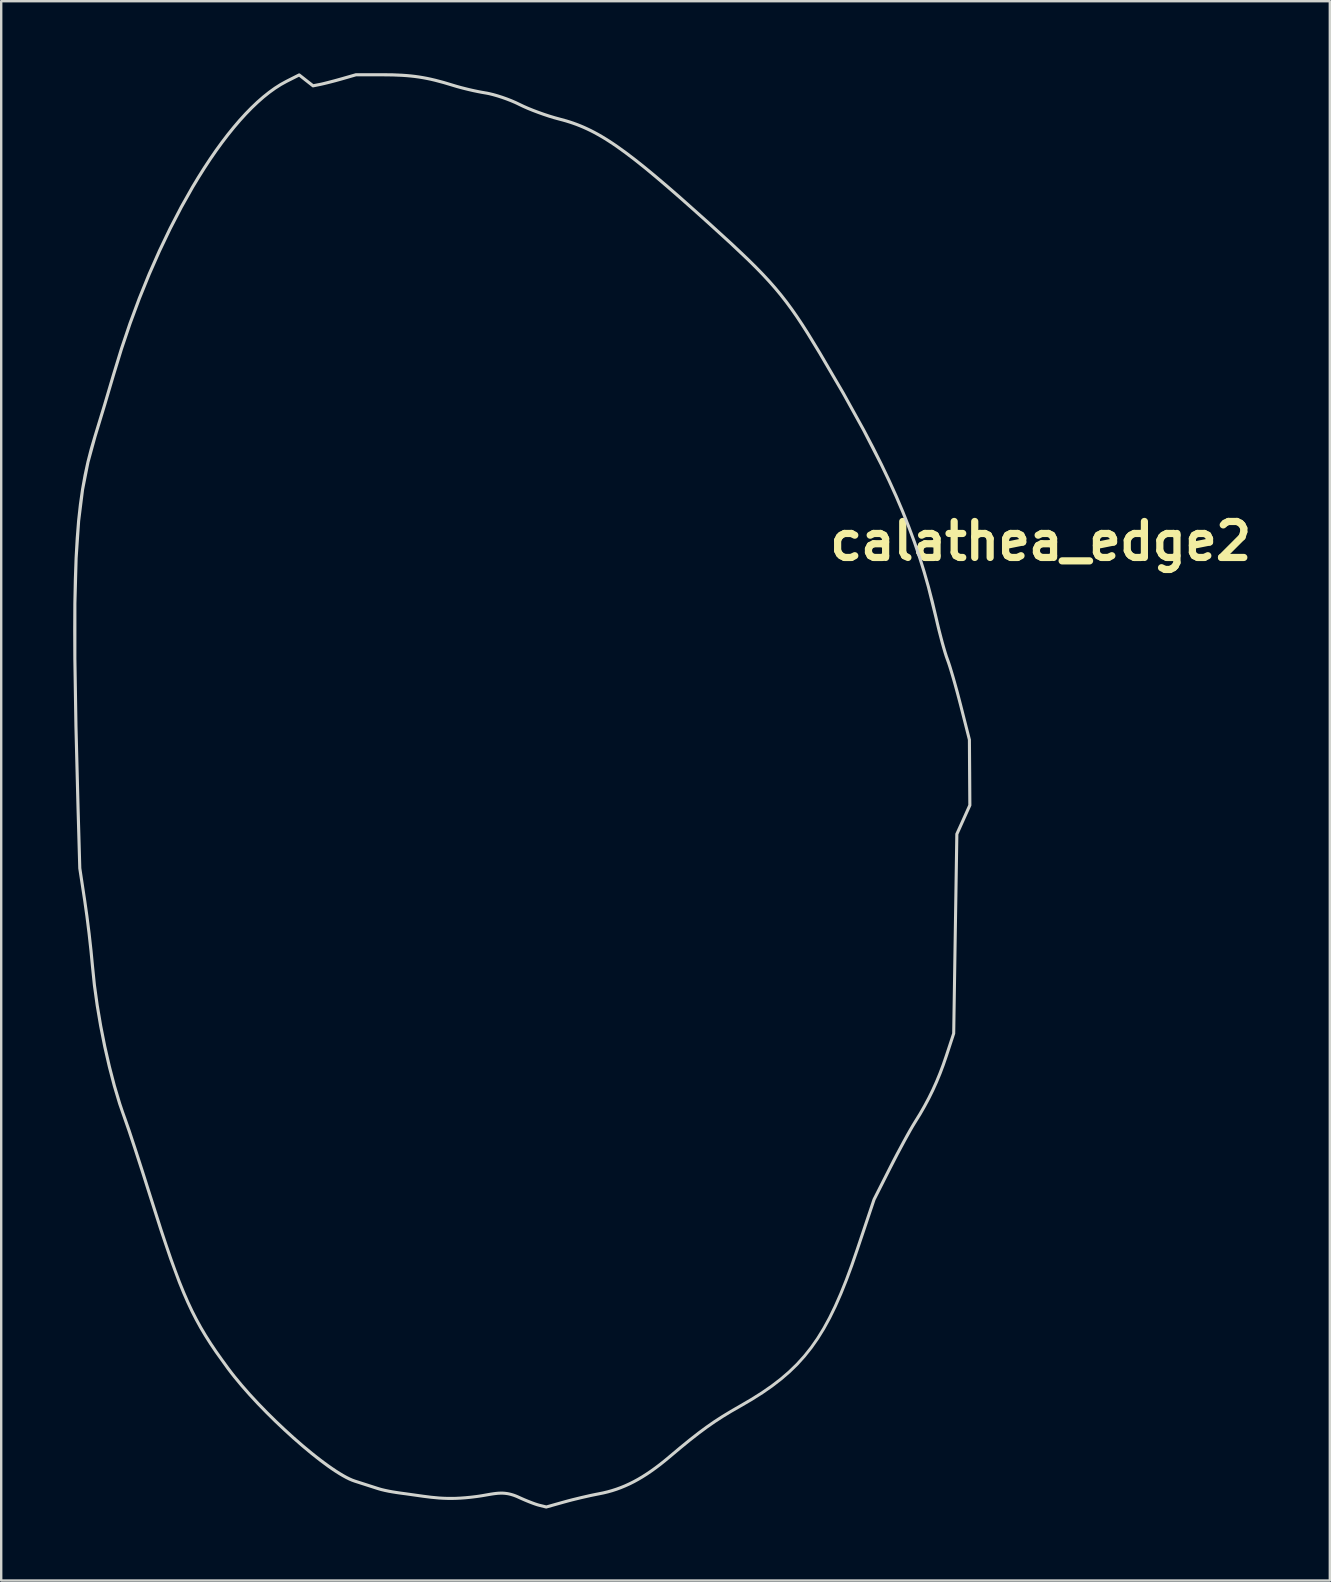
<source format=kicad_pcb>
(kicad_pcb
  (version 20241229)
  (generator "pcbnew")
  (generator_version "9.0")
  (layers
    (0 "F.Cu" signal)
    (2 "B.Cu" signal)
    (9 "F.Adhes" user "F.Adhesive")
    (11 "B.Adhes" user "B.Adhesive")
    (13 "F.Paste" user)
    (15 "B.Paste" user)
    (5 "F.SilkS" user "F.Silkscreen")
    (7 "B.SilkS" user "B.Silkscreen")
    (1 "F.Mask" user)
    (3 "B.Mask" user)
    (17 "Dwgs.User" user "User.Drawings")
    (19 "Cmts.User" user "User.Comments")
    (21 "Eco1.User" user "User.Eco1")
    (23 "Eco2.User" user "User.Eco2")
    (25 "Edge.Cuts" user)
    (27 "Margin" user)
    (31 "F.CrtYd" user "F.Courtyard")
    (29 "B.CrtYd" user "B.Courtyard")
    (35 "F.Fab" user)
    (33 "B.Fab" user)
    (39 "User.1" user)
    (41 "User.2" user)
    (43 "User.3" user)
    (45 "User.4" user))
  (footprint "calathea_edge2"
    (layer "F.Cu")
    (at 18.325 32.005)
    (property "Reference" "calathea_edge2" (at 22 -12.5 0) (layer "F.SilkS") (effects (font (size 1.5 1.5) (thickness 0.3))))
    (attr board_only exclude_from_pos_files exclude_from_bom)
    (fp_poly (pts (xy -5 -32) (xy -4.613 -31.983) (xy -4.43 -31.97) (xy -4.252 -31.954) (xy -4.078 -31.934) (xy -3.906 -31.91) (xy -3.736 -31.882) (xy -3.566 -31.85) (xy -3.394 -31.813) (xy -3.22 -31.772) (xy -2.858 -31.676) (xy -2.47 -31.559) (xy -2.326 -31.516) (xy -2.165 -31.471) (xy -1.991 -31.426) (xy -1.811 -31.382) (xy -1.63 -31.341) (xy -1.454 -31.304) (xy -1.288 -31.272) (xy -1.138 -31.246) (xy -1.062 -31.233) (xy -0.981 -31.216) (xy -0.805 -31.174) (xy -0.619 -31.121) (xy -0.425 -31.059) (xy -0.231 -30.99) (xy -0.041 -30.916) (xy 0.139 -30.838) (xy 0.304 -30.759) (xy 0.468 -30.681) (xy 0.657 -30.598) (xy 0.865 -30.514) (xy 1.085 -30.431) (xy 1.31 -30.351) (xy 1.532 -30.278) (xy 1.746 -30.213) (xy 1.943 -30.159) (xy 2.242 -30.077) (xy 2.389 -30.032) (xy 2.535 -29.983) (xy 2.68 -29.93) (xy 2.826 -29.873) (xy 2.971 -29.812) (xy 3.118 -29.745) (xy 3.266 -29.674) (xy 3.416 -29.597) (xy 3.569 -29.514) (xy 3.724 -29.425) (xy 3.883 -29.329) (xy 4.045 -29.227) (xy 4.212 -29.117) (xy 4.384 -28.999) (xy 4.745 -28.74) (xy 5.131 -28.446) (xy 5.547 -28.115) (xy 5.996 -27.743) (xy 6.484 -27.328) (xy 7.013 -26.868) (xy 8.212 -25.799) (xy 9.11 -24.98) (xy 9.497 -24.618) (xy 9.849 -24.281) (xy 10.17 -23.964) (xy 10.464 -23.662) (xy 10.735 -23.37) (xy 10.987 -23.083) (xy 11.225 -22.796) (xy 11.453 -22.505) (xy 11.674 -22.204) (xy 11.894 -21.889) (xy 12.117 -21.554) (xy 12.346 -21.195) (xy 12.84 -20.385) (xy 13.829 -18.694) (xy 14.683 -17.151) (xy 15.064 -16.426) (xy 15.415 -15.726) (xy 15.739 -15.049) (xy 16.038 -14.39) (xy 16.312 -13.745) (xy 16.564 -13.111) (xy 16.796 -12.485) (xy 17.008 -11.862) (xy 17.203 -11.238) (xy 17.382 -10.611) (xy 17.547 -9.976) (xy 17.7 -9.329) (xy 17.76 -9.067) (xy 17.824 -8.804) (xy 17.891 -8.545) (xy 17.956 -8.299) (xy 18.02 -8.073) (xy 18.079 -7.874) (xy 18.131 -7.71) (xy 18.174 -7.589) (xy 18.221 -7.456) (xy 18.279 -7.278) (xy 18.418 -6.814) (xy 18.574 -6.256) (xy 18.728 -5.665) (xy 19.089 -4.242) (xy 19.09 -4.24) (xy 19.09 -4.239) (xy 19.091 -4.237) (xy 19.091 -4.235) (xy 19.092 -4.233) (xy 19.092 -4.231) (xy 19.092 -4.229) (xy 19.092 -4.227) (xy 19.103 -2.86) (xy 19.111 -1.493) (xy 19.111 -1.492) (xy 19.111 -1.49) (xy 19.11 -1.489) (xy 19.11 -1.487) (xy 19.11 -1.485) (xy 19.11 -1.484) (xy 19.11 -1.482) (xy 19.109 -1.481) (xy 19.109 -1.479) (xy 19.109 -1.478) (xy 19.108 -1.476) (xy 19.108 -1.475) (xy 19.107 -1.473) (xy 19.107 -1.472) (xy 19.106 -1.47) (xy 19.106 -1.469) (xy 18.833 -0.865) (xy 18.569 -0.278) (xy 18.502 3.863) (xy 18.437 8.019) (xy 18.437 8.021) (xy 18.437 8.023) (xy 18.437 8.025) (xy 18.436 8.027) (xy 18.436 8.03) (xy 18.435 8.032) (xy 18.435 8.034) (xy 18.434 8.036) (xy 18.129 8.967) (xy 18 9.342) (xy 17.863 9.706) (xy 17.717 10.059) (xy 17.561 10.404) (xy 17.394 10.743) (xy 17.215 11.077) (xy 17.024 11.41) (xy 16.818 11.743) (xy 16.732 11.883) (xy 16.625 12.067) (xy 16.366 12.534) (xy 16.074 13.079) (xy 15.784 13.64) (xy 15.113 14.964) (xy 14.415 17.039) (xy 14.184 17.705) (xy 13.955 18.321) (xy 13.726 18.89) (xy 13.494 19.415) (xy 13.256 19.9) (xy 13.01 20.349) (xy 12.753 20.764) (xy 12.482 21.15) (xy 12.195 21.51) (xy 11.89 21.848) (xy 11.563 22.166) (xy 11.211 22.469) (xy 10.833 22.761) (xy 10.426 23.044) (xy 9.986 23.322) (xy 9.512 23.599) (xy 9.128 23.819) (xy 8.776 24.033) (xy 8.443 24.249) (xy 8.115 24.477) (xy 7.777 24.728) (xy 7.416 25.01) (xy 7.018 25.335) (xy 6.569 25.712) (xy 6.371 25.876) (xy 6.177 26.031) (xy 5.986 26.175) (xy 5.798 26.31) (xy 5.613 26.436) (xy 5.429 26.552) (xy 5.246 26.66) (xy 5.065 26.759) (xy 4.884 26.85) (xy 4.702 26.932) (xy 4.521 27.007) (xy 4.338 27.074) (xy 4.154 27.134) (xy 3.968 27.186) (xy 3.78 27.231) (xy 3.588 27.27) (xy 3.432 27.301) (xy 3.256 27.337) (xy 2.874 27.423) (xy 2.488 27.517) (xy 2.31 27.564) (xy 2.148 27.608) (xy 1.412 27.815) (xy 1.41 27.815) (xy 1.408 27.816) (xy 1.406 27.817) (xy 1.404 27.817) (xy 1.402 27.818) (xy 1.4 27.818) (xy 1.398 27.818) (xy 1.396 27.818) (xy 1.393 27.819) (xy 1.391 27.819) (xy 1.389 27.819) (xy 1.387 27.819) (xy 1.385 27.819) (xy 1.383 27.818) (xy 1.381 27.818) (xy 1.379 27.818) (xy 1.077 27.742) (xy 1.001 27.721) (xy 0.91 27.691) (xy 0.806 27.654) (xy 0.694 27.611) (xy 0.575 27.563) (xy 0.454 27.512) (xy 0.334 27.46) (xy 0.217 27.407) (xy 0.156 27.379) (xy 0.097 27.355) (xy 0.04 27.333) (xy -0.016 27.314) (xy -0.07 27.298) (xy -0.123 27.283) (xy -0.175 27.271) (xy -0.225 27.261) (xy -0.275 27.254) (xy -0.324 27.248) (xy -0.373 27.243) (xy -0.421 27.241) (xy -0.469 27.24) (xy -0.517 27.241) (xy -0.565 27.242) (xy -0.613 27.245) (xy -0.711 27.255) (xy -0.811 27.268) (xy -0.914 27.284) (xy -1.021 27.302) (xy -1.253 27.342) (xy -1.379 27.362) (xy -1.513 27.381) (xy -1.748 27.41) (xy -1.968 27.432) (xy -2.176 27.447) (xy -2.372 27.456) (xy -2.559 27.46) (xy -2.738 27.458) (xy -2.911 27.452) (xy -3.08 27.442) (xy -3.411 27.411) (xy -3.746 27.369) (xy -4.481 27.265) (xy -4.719 27.234) (xy -4.863 27.213) (xy -5.018 27.188) (xy -5.18 27.16) (xy -5.342 27.126) (xy -5.501 27.088) (xy -5.578 27.066) (xy -5.652 27.044) (xy -6.61 26.736) (xy -6.723 26.695) (xy -6.844 26.643) (xy -6.974 26.578) (xy -7.111 26.503) (xy -7.256 26.417) (xy -7.407 26.322) (xy -7.565 26.217) (xy -7.728 26.103) (xy -8.069 25.85) (xy -8.427 25.568) (xy -8.797 25.26) (xy -9.175 24.931) (xy -9.556 24.584) (xy -9.936 24.225) (xy -10.309 23.856) (xy -10.672 23.482) (xy -11.019 23.107) (xy -11.346 22.735) (xy -11.648 22.371) (xy -11.788 22.193) (xy -11.921 22.018) (xy -12.429 21.31) (xy -12.655 20.974) (xy -12.865 20.642) (xy -13.064 20.308) (xy -13.252 19.966) (xy -13.433 19.611) (xy -13.609 19.235) (xy -13.784 18.834) (xy -13.959 18.402) (xy -14.323 17.419) (xy -14.722 16.239) (xy -15.176 14.815) (xy -15.502 13.787) (xy -15.807 12.844) (xy -16.057 12.091) (xy -16.216 11.635) (xy -16.449 10.963) (xy -16.672 10.217) (xy -16.881 9.415) (xy -17.073 8.575) (xy -17.243 7.715) (xy -17.388 6.854) (xy -17.505 6.008) (xy -17.588 5.197) (xy -17.647 4.575) (xy -17.726 3.859) (xy -17.816 3.14) (xy -17.905 2.506) (xy -18.114 1.14) (xy -18.114 1.139) (xy -18.114 1.138) (xy -18.114 1.137) (xy -18.114 1.136) (xy -18.114 1.135) (xy -18.114 1.134) (xy -18.114 1.133) (xy -18.114 1.132) (xy -18.188 -1.408) (xy -18.275 -4.801) (xy -18.32 -7.608) (xy -18.19 -7.608) (xy -18.145 -4.803) (xy -18.058 -1.412) (xy -17.985 1.125) (xy -17.779 2.487) (xy -17.689 3.123) (xy -17.598 3.845) (xy -17.518 4.562) (xy -17.458 5.188) (xy -17.376 5.994) (xy -17.26 6.835) (xy -17.115 7.693) (xy -16.945 8.549) (xy -16.754 9.386) (xy -16.546 10.184) (xy -16.325 10.925) (xy -16.21 11.268) (xy -16.094 11.59) (xy -15.932 12.053) (xy -15.683 12.807) (xy -15.378 13.749) (xy -15.052 14.778) (xy -14.599 16.199) (xy -14.394 16.815) (xy -14.202 17.375) (xy -14.018 17.886) (xy -13.841 18.353) (xy -13.667 18.782) (xy -13.494 19.18) (xy -13.319 19.553) (xy -13.139 19.905) (xy -12.953 20.244) (xy -12.756 20.576) (xy -12.547 20.905) (xy -12.323 21.239) (xy -12.08 21.582) (xy -11.817 21.942) (xy -11.686 22.115) (xy -11.547 22.292) (xy -11.247 22.653) (xy -10.923 23.022) (xy -10.578 23.394) (xy -10.217 23.766) (xy -9.845 24.133) (xy -9.467 24.49) (xy -9.088 24.835) (xy -8.711 25.162) (xy -8.342 25.468) (xy -8.162 25.611) (xy -7.985 25.748) (xy -7.813 25.877) (xy -7.646 25.998) (xy -7.485 26.11) (xy -7.33 26.214) (xy -7.182 26.307) (xy -7.041 26.391) (xy -6.909 26.464) (xy -6.786 26.525) (xy -6.673 26.575) (xy -6.569 26.613) (xy -5.61 26.921) (xy -5.54 26.942) (xy -5.467 26.963) (xy -5.313 27) (xy -5.155 27.033) (xy -4.997 27.062) (xy -4.844 27.086) (xy -4.701 27.108) (xy -4.463 27.14) (xy -3.73 27.243) (xy -3.399 27.285) (xy -3.072 27.316) (xy -2.906 27.326) (xy -2.736 27.332) (xy -2.56 27.333) (xy -2.377 27.33) (xy -2.184 27.32) (xy -1.979 27.305) (xy -1.762 27.284) (xy -1.53 27.256) (xy -1.399 27.237) (xy -1.274 27.217) (xy -1.043 27.176) (xy -0.934 27.157) (xy -0.829 27.141) (xy -0.725 27.127) (xy -0.622 27.117) (xy -0.571 27.114) (xy -0.519 27.113) (xy -0.468 27.112) (xy -0.416 27.113) (xy -0.364 27.116) (xy -0.311 27.121) (xy -0.257 27.128) (xy -0.203 27.136) (xy -0.148 27.147) (xy -0.092 27.16) (xy -0.035 27.175) (xy 0.024 27.193) (xy 0.083 27.213) (xy 0.144 27.236) (xy 0.207 27.262) (xy 0.271 27.291) (xy 0.386 27.343) (xy 0.505 27.395) (xy 0.626 27.445) (xy 0.743 27.491) (xy 0.853 27.533) (xy 0.953 27.569) (xy 1.039 27.597) (xy 1.107 27.617) (xy 1.395 27.687) (xy 2.113 27.485) (xy 2.277 27.44) (xy 2.457 27.393) (xy 2.845 27.298) (xy 3.23 27.21) (xy 3.407 27.173) (xy 3.566 27.142) (xy 3.753 27.104) (xy 3.937 27.06) (xy 4.118 27.009) (xy 4.298 26.951) (xy 4.476 26.886) (xy 4.653 26.814) (xy 4.83 26.733) (xy 5.007 26.645) (xy 5.185 26.548) (xy 5.363 26.443) (xy 5.543 26.328) (xy 5.726 26.205) (xy 5.911 26.072) (xy 6.099 25.93) (xy 6.291 25.777) (xy 6.487 25.614) (xy 6.936 25.237) (xy 7.336 24.911) (xy 7.7 24.626) (xy 8.041 24.374) (xy 8.373 24.143) (xy 8.709 23.926) (xy 9.064 23.711) (xy 9.45 23.488) (xy 9.92 23.214) (xy 10.356 22.939) (xy 10.759 22.66) (xy 11.133 22.373) (xy 11.48 22.075) (xy 11.803 21.761) (xy 12.104 21.429) (xy 12.386 21.075) (xy 12.652 20.695) (xy 12.905 20.285) (xy 13.148 19.841) (xy 13.382 19.361) (xy 13.611 18.841) (xy 13.838 18.276) (xy 14.065 17.664) (xy 14.294 17) (xy 14.992 14.919) (xy 14.993 14.918) (xy 14.993 14.917) (xy 14.993 14.916) (xy 14.994 14.915) (xy 14.994 14.914) (xy 14.995 14.913) (xy 14.995 14.912) (xy 14.995 14.911) (xy 15.669 13.58) (xy 15.811 13.301) (xy 15.959 13.018) (xy 16.252 12.473) (xy 16.388 12.225) (xy 16.513 12.004) (xy 16.622 11.818) (xy 16.71 11.674) (xy 16.914 11.344) (xy 17.103 11.015) (xy 17.28 10.684) (xy 17.445 10.349) (xy 17.599 10.008) (xy 17.743 9.659) (xy 17.879 9.299) (xy 18.007 8.927) (xy 18.31 8.007) (xy 18.375 3.863) (xy 18.44 -0.292) (xy 18.44 -0.294) (xy 18.44 -0.296) (xy 18.44 -0.297) (xy 18.44 -0.299) (xy 18.441 -0.3) (xy 18.441 -0.302) (xy 18.441 -0.304) (xy 18.441 -0.305) (xy 18.442 -0.307) (xy 18.442 -0.308) (xy 18.442 -0.31) (xy 18.443 -0.312) (xy 18.443 -0.313) (xy 18.444 -0.315) (xy 18.445 -0.316) (xy 18.445 -0.318) (xy 18.717 -0.918) (xy 18.982 -1.508) (xy 18.972 -2.86) (xy 18.964 -4.219) (xy 18.606 -5.631) (xy 18.529 -5.927) (xy 18.45 -6.222) (xy 18.371 -6.51) (xy 18.294 -6.781) (xy 18.221 -7.028) (xy 18.155 -7.243) (xy 18.098 -7.417) (xy 18.053 -7.542) (xy 18.007 -7.671) (xy 17.953 -7.84) (xy 17.894 -8.042) (xy 17.83 -8.269) (xy 17.699 -8.774) (xy 17.635 -9.038) (xy 17.574 -9.301) (xy 17.258 -10.577) (xy 17.08 -11.202) (xy 16.886 -11.823) (xy 16.675 -12.443) (xy 16.444 -13.066) (xy 16.193 -13.697) (xy 15.92 -14.339) (xy 15.622 -14.995) (xy 15.299 -15.67) (xy 14.57 -17.09) (xy 13.718 -18.63) (xy 12.73 -20.318) (xy 12.237 -21.126) (xy 12.009 -21.483) (xy 11.789 -21.816) (xy 11.57 -22.129) (xy 11.35 -22.427) (xy 11.125 -22.716) (xy 10.889 -23) (xy 10.638 -23.285) (xy 10.369 -23.575) (xy 10.077 -23.875) (xy 9.758 -24.19) (xy 9.021 -24.886) (xy 8.125 -25.702) (xy 7.501 -26.262) (xy 6.927 -26.77) (xy 6.399 -27.23) (xy 5.914 -27.643) (xy 5.466 -28.014) (xy 5.053 -28.343) (xy 4.669 -28.635) (xy 4.312 -28.893) (xy 4.142 -29.009) (xy 3.977 -29.117) (xy 3.817 -29.219) (xy 3.66 -29.313) (xy 3.508 -29.4) (xy 3.358 -29.482) (xy 3.211 -29.557) (xy 3.065 -29.627) (xy 2.921 -29.692) (xy 2.778 -29.752) (xy 2.636 -29.808) (xy 2.493 -29.859) (xy 2.35 -29.907) (xy 2.206 -29.952) (xy 2.06 -29.993) (xy 1.912 -30.032) (xy 1.71 -30.087) (xy 1.493 -30.153) (xy 1.268 -30.228) (xy 1.04 -30.309) (xy 0.818 -30.393) (xy 0.606 -30.479) (xy 0.413 -30.564) (xy 0.244 -30.645) (xy 0.167 -30.683) (xy 0.085 -30.722) (xy -0.091 -30.797) (xy -0.277 -30.869) (xy -0.467 -30.937) (xy -0.656 -30.997) (xy -0.837 -31.049) (xy -1.006 -31.091) (xy -1.083 -31.106) (xy -1.155 -31.119) (xy -1.308 -31.145) (xy -1.477 -31.178) (xy -1.656 -31.215) (xy -1.839 -31.257) (xy -2.021 -31.301) (xy -2.197 -31.347) (xy -2.362 -31.392) (xy -2.51 -31.437) (xy -2.894 -31.552) (xy -3.25 -31.647) (xy -3.422 -31.688) (xy -3.591 -31.723) (xy -3.758 -31.755) (xy -3.926 -31.782) (xy -4.094 -31.805) (xy -4.265 -31.824) (xy -4.44 -31.84) (xy -4.621 -31.852) (xy -5.003 -31.868) (xy -5.422 -31.873) (xy -6.532 -31.873) (xy -7.121 -31.703) (xy -7.377 -31.632) (xy -7.631 -31.566) (xy -7.854 -31.511) (xy -7.946 -31.49) (xy -8.019 -31.474) (xy -8.314 -31.414) (xy -8.318 -31.413) (xy -8.321 -31.413) (xy -8.325 -31.413) (xy -8.328 -31.413) (xy -8.332 -31.413) (xy -8.335 -31.413) (xy -8.338 -31.414) (xy -8.342 -31.415) (xy -8.345 -31.415) (xy -8.348 -31.417) (xy -8.352 -31.418) (xy -8.355 -31.419) (xy -8.358 -31.421) (xy -8.361 -31.423) (xy -8.364 -31.425) (xy -8.367 -31.427) (xy -8.657 -31.654) (xy -8.912 -31.856) (xy -9.408 -31.606) (xy -9.641 -31.477) (xy -9.876 -31.327) (xy -10.114 -31.156) (xy -10.355 -30.963) (xy -10.597 -30.75) (xy -10.841 -30.518) (xy -11.086 -30.266) (xy -11.332 -29.996) (xy -11.579 -29.707) (xy -11.826 -29.401) (xy -12.073 -29.078) (xy -12.319 -28.739) (xy -12.564 -28.384) (xy -12.807 -28.014) (xy -13.049 -27.629) (xy -13.29 -27.231) (xy -13.762 -26.393) (xy -14.223 -25.506) (xy -14.669 -24.574) (xy -15.098 -23.602) (xy -15.507 -22.595) (xy -15.893 -21.556) (xy -16.253 -20.49) (xy -16.586 -19.403) (xy -16.956 -18.152) (xy -17.357 -16.833) (xy -17.646 -15.779) (xy -17.87 -14.644) (xy -18.033 -13.343) (xy -18.138 -11.793) (xy -18.189 -9.91) (xy -18.19 -7.608) (xy -18.32 -7.608) (xy -18.32 -7.608) (xy -18.325 -8.819) (xy -18.319 -9.915) (xy -18.299 -10.906) (xy -18.267 -11.804) (xy -18.221 -12.618) (xy -18.162 -13.36) (xy -18.087 -14.039) (xy -17.998 -14.667) (xy -17.893 -15.254) (xy -17.773 -15.81) (xy -17.636 -16.345) (xy -17.482 -16.871) (xy -17.08 -18.19) (xy -16.71 -19.441) (xy -16.376 -20.532) (xy -16.015 -21.601) (xy -15.628 -22.643) (xy -15.218 -23.654) (xy -14.787 -24.63) (xy -14.339 -25.565) (xy -13.877 -26.455) (xy -13.402 -27.297) (xy -13.16 -27.698) (xy -12.917 -28.085) (xy -12.672 -28.457) (xy -12.426 -28.815) (xy -12.178 -29.156) (xy -11.93 -29.482) (xy -11.681 -29.79) (xy -11.432 -30.082) (xy -11.183 -30.355) (xy -10.934 -30.61) (xy -10.686 -30.846) (xy -10.439 -31.062) (xy -10.193 -31.258) (xy -9.949 -31.434) (xy -9.707 -31.588) (xy -9.467 -31.72) (xy -8.935 -31.989) (xy -8.931 -31.992) (xy -8.926 -31.993) (xy -8.922 -31.995) (xy -8.917 -31.996) (xy -8.912 -31.996) (xy -8.908 -31.997) (xy -8.903 -31.996) (xy -8.899 -31.996) (xy -8.894 -31.995) (xy -8.889 -31.994) (xy -8.885 -31.993) (xy -8.881 -31.991) (xy -8.876 -31.989) (xy -8.872 -31.987) (xy -8.868 -31.984) (xy -8.864 -31.981) (xy -8.577 -31.755) (xy -8.312 -31.548) (xy -8.045 -31.6) (xy -7.975 -31.615) (xy -7.886 -31.636) (xy -7.665 -31.692) (xy -7.412 -31.759) (xy -7.157 -31.83) (xy -6.56 -32.001) (xy -6.558 -32.002) (xy -6.555 -32.003) (xy -6.553 -32.003) (xy -6.551 -32.004) (xy -6.549 -32.004) (xy -6.546 -32.004) (xy -6.544 -32.004) (xy -6.542 -32.004) (xy -5.423 -32.005)) (stroke (width -0.000001) (type solid)) (fill yes) (layer "Edge.Cuts")))
  (gr_rect
    (start -3 -3)
    (end 52.375 62.824)
    (stroke (width 0.1) (type default))
    (fill no)
    (layer "Edge.Cuts")))
</source>
